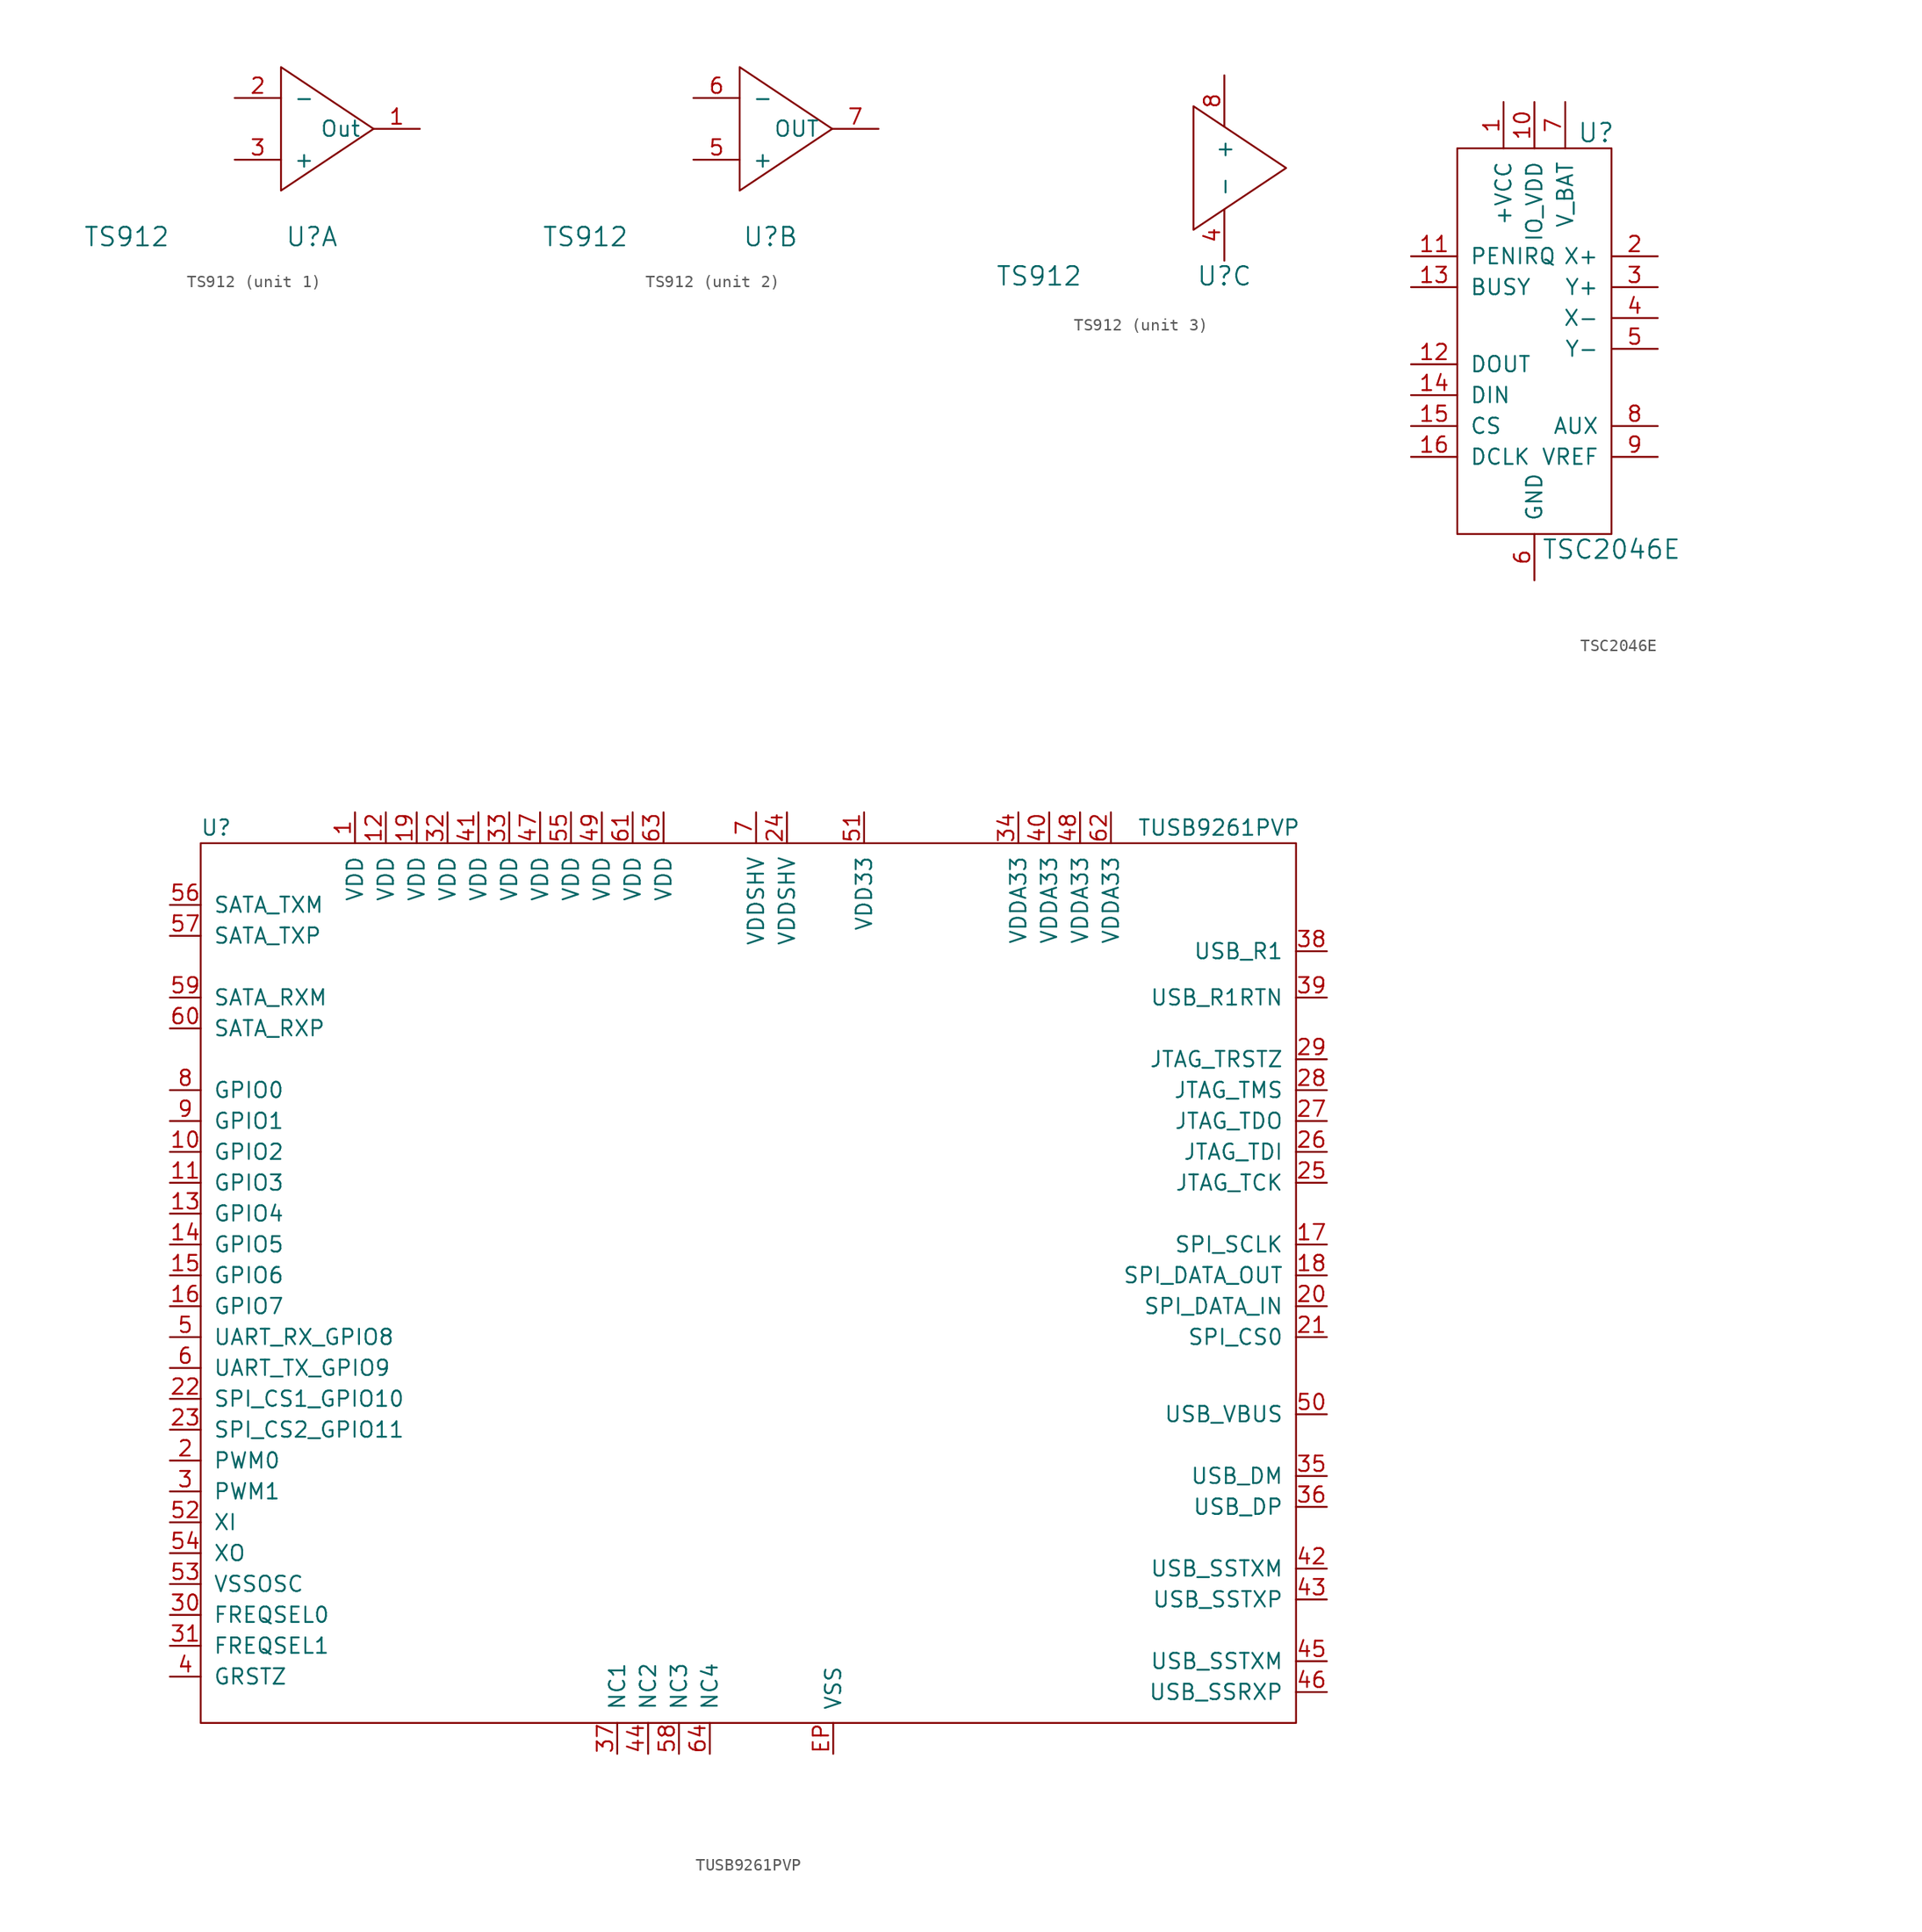
<source format=kicad_sym>
(kicad_symbol_lib
  (version 20211014)
  (generator kicad_symbol_editor)
  (symbol "TS912"
    (pin_names
      (offset 1.016))
    (property "Reference" "U"
      (at 0 -8.89 0)
      (effects (font (size 1.524 1.524))))
    (property "Value" "TS912"
      (at -15.24 -8.89 0)
      (effects (font (size 1.524 1.524))))
    (property "Footprint" ""
      (at 0 0 0)
      (effects (font (size 1.524 1.524))))
    (property "Datasheet" ""
      (at 0 0 0)
      (effects (font (size 1.524 1.524))))
    (symbol "TS912_0_1"
      (polyline (pts (xy -2.54 5.08) (xy -2.54 -5.08) (xy 5.08 0) (xy -2.54 5.08) (xy -2.54 5.08)) (stroke (width 0) (type default) (color 0 0 0 0)) (fill (type none))))
    (symbol "TS912_1_1"
      (pin passive line (at 8.89 0 180) (length 3.81) (name "Out" (effects (font (size 1.27 1.27)))) (number "1" (effects (font (size 1.27 1.27)))))
      (pin passive line (at -6.35 2.54 0) (length 3.81) (name "-" (effects (font (size 1.27 1.27)))) (number "2" (effects (font (size 1.27 1.27)))))
      (pin passive line (at -6.35 -2.54 0) (length 3.81) (name "+" (effects (font (size 1.27 1.27)))) (number "3" (effects (font (size 1.27 1.27))))))
    (symbol "TS912_2_1"
      (pin passive line (at -6.35 -2.54 0) (length 3.81) (name "+" (effects (font (size 1.27 1.27)))) (number "5" (effects (font (size 1.27 1.27)))))
      (pin passive line (at -6.35 2.54 0) (length 3.81) (name "-" (effects (font (size 1.27 1.27)))) (number "6" (effects (font (size 1.27 1.27)))))
      (pin passive line (at 8.89 0 180) (length 3.81) (name "OUT" (effects (font (size 1.27 1.27)))) (number "7" (effects (font (size 1.27 1.27))))))
    (symbol "TS912_3_1"
      (pin passive line (at 0 -7.62 90) (length 4.191) (name "-" (effects (font (size 1.27 1.27)))) (number "4" (effects (font (size 1.27 1.27)))))
      (pin passive line (at 0 7.62 270) (length 4.191) (name "+" (effects (font (size 1.27 1.27)))) (number "8" (effects (font (size 1.27 1.27)))))))
  (symbol "TSC2046E"
    (pin_names
      (offset 1.016))
    (property "Reference" "U"
      (at 5.08 21.59 0)
      (effects (font (size 1.524 1.524))))
    (property "Value" "TSC2046E"
      (at 6.35 -12.7 0)
      (effects (font (size 1.524 1.524))))
    (property "Footprint" ""
      (at 24.13 22.86 0)
      (effects (font (size 1.524 1.524))))
    (property "Datasheet" ""
      (at 24.13 22.86 0)
      (effects (font (size 1.524 1.524))))
    (symbol "TSC2046E_0_1"
      (rectangle (start -6.35 20.32) (end 6.35 -11.43) (stroke (width 0) (type default) (color 0 0 0 0)) (fill (type none))))
    (symbol "TSC2046E_1_1"
      (pin passive line (at -2.54 24.13 270) (length 3.81) (name "+VCC" (effects (font (size 1.27 1.27)))) (number "1" (effects (font (size 1.27 1.27)))))
      (pin passive line (at 0 24.13 270) (length 3.81) (name "IO_VDD" (effects (font (size 1.27 1.27)))) (number "10" (effects (font (size 1.27 1.27)))))
      (pin passive line (at -10.16 11.43 0) (length 3.81) (name "PENIRQ" (effects (font (size 1.27 1.27)))) (number "11" (effects (font (size 1.27 1.27)))))
      (pin passive line (at -10.16 2.54 0) (length 3.81) (name "DOUT" (effects (font (size 1.27 1.27)))) (number "12" (effects (font (size 1.27 1.27)))))
      (pin passive line (at -10.16 8.89 0) (length 3.81) (name "BUSY" (effects (font (size 1.27 1.27)))) (number "13" (effects (font (size 1.27 1.27)))))
      (pin passive line (at -10.16 0 0) (length 3.81) (name "DIN" (effects (font (size 1.27 1.27)))) (number "14" (effects (font (size 1.27 1.27)))))
      (pin passive line (at -10.16 -2.54 0) (length 3.81) (name "CS" (effects (font (size 1.27 1.27)))) (number "15" (effects (font (size 1.27 1.27)))))
      (pin passive line (at -10.16 -5.08 0) (length 3.81) (name "DCLK" (effects (font (size 1.27 1.27)))) (number "16" (effects (font (size 1.27 1.27)))))
      (pin passive line (at 10.16 11.43 180) (length 3.81) (name "X+" (effects (font (size 1.27 1.27)))) (number "2" (effects (font (size 1.27 1.27)))))
      (pin passive line (at 10.16 8.89 180) (length 3.81) (name "Y+" (effects (font (size 1.27 1.27)))) (number "3" (effects (font (size 1.27 1.27)))))
      (pin passive line (at 10.16 6.35 180) (length 3.81) (name "X-" (effects (font (size 1.27 1.27)))) (number "4" (effects (font (size 1.27 1.27)))))
      (pin passive line (at 10.16 3.81 180) (length 3.81) (name "Y-" (effects (font (size 1.27 1.27)))) (number "5" (effects (font (size 1.27 1.27)))))
      (pin passive line (at 0 -15.24 90) (length 3.81) (name "GND" (effects (font (size 1.27 1.27)))) (number "6" (effects (font (size 1.27 1.27)))))
      (pin passive line (at 2.54 24.13 270) (length 3.81) (name "V_BAT" (effects (font (size 1.27 1.27)))) (number "7" (effects (font (size 1.27 1.27)))))
      (pin passive line (at 10.16 -2.54 180) (length 3.81) (name "AUX" (effects (font (size 1.27 1.27)))) (number "8" (effects (font (size 1.27 1.27)))))
      (pin passive line (at 10.16 -5.08 180) (length 3.81) (name "VREF" (effects (font (size 1.27 1.27)))) (number "9" (effects (font (size 1.27 1.27)))))))
  (symbol "TUSB9261PVP"
    (pin_names
      (offset 1.016))
    (property "Reference" "U"
      (at -43.18 36.83 0)
      (effects (font (size 1.27 1.27))))
    (property "Value" "TUSB9261PVP"
      (at 39.37 36.83 0)
      (effects (font (size 1.27 1.27))))
    (symbol "TUSB9261PVP_0_1"
      (rectangle (start -44.45 35.56) (end 45.72 -36.83) (stroke (width 0) (type default) (color 0 0 0 0)) (fill (type none))))
    (symbol "TUSB9261PVP_1_1"
      (pin passive line (at -31.75 38.1 270) (length 2.54) (name "VDD" (effects (font (size 1.27 1.27)))) (number "1" (effects (font (size 1.27 1.27)))))
      (pin passive line (at -46.99 10.16 0) (length 2.54) (name "GPIO2" (effects (font (size 1.27 1.27)))) (number "10" (effects (font (size 1.27 1.27)))))
      (pin passive line (at -46.99 7.62 0) (length 2.54) (name "GPIO3" (effects (font (size 1.27 1.27)))) (number "11" (effects (font (size 1.27 1.27)))))
      (pin passive line (at -29.21 38.1 270) (length 2.54) (name "VDD" (effects (font (size 1.27 1.27)))) (number "12" (effects (font (size 1.27 1.27)))))
      (pin passive line (at -46.99 5.08 0) (length 2.54) (name "GPIO4" (effects (font (size 1.27 1.27)))) (number "13" (effects (font (size 1.27 1.27)))))
      (pin passive line (at -46.99 2.54 0) (length 2.54) (name "GPIO5" (effects (font (size 1.27 1.27)))) (number "14" (effects (font (size 1.27 1.27)))))
      (pin passive line (at -46.99 0 0) (length 2.54) (name "GPIO6" (effects (font (size 1.27 1.27)))) (number "15" (effects (font (size 1.27 1.27)))))
      (pin passive line (at -46.99 -2.54 0) (length 2.54) (name "GPIO7" (effects (font (size 1.27 1.27)))) (number "16" (effects (font (size 1.27 1.27)))))
      (pin passive line (at 48.26 2.54 180) (length 2.54) (name "SPI_SCLK" (effects (font (size 1.27 1.27)))) (number "17" (effects (font (size 1.27 1.27)))))
      (pin passive line (at 48.26 0 180) (length 2.54) (name "SPI_DATA_OUT" (effects (font (size 1.27 1.27)))) (number "18" (effects (font (size 1.27 1.27)))))
      (pin passive line (at -26.67 38.1 270) (length 2.54) (name "VDD" (effects (font (size 1.27 1.27)))) (number "19" (effects (font (size 1.27 1.27)))))
      (pin passive line (at -46.99 -15.24 0) (length 2.54) (name "PWM0" (effects (font (size 1.27 1.27)))) (number "2" (effects (font (size 1.27 1.27)))))
      (pin passive line (at 48.26 -2.54 180) (length 2.54) (name "SPI_DATA_IN" (effects (font (size 1.27 1.27)))) (number "20" (effects (font (size 1.27 1.27)))))
      (pin passive line (at 48.26 -5.08 180) (length 2.54) (name "SPI_CS0" (effects (font (size 1.27 1.27)))) (number "21" (effects (font (size 1.27 1.27)))))
      (pin passive line (at -46.99 -10.16 0) (length 2.54) (name "SPI_CS1_GPIO10" (effects (font (size 1.27 1.27)))) (number "22" (effects (font (size 1.27 1.27)))))
      (pin passive line (at -46.99 -12.7 0) (length 2.54) (name "SPI_CS2_GPIO11" (effects (font (size 1.27 1.27)))) (number "23" (effects (font (size 1.27 1.27)))))
      (pin passive line (at 3.81 38.1 270) (length 2.54) (name "VDDSHV" (effects (font (size 1.27 1.27)))) (number "24" (effects (font (size 1.27 1.27)))))
      (pin passive line (at 48.26 7.62 180) (length 2.54) (name "JTAG_TCK" (effects (font (size 1.27 1.27)))) (number "25" (effects (font (size 1.27 1.27)))))
      (pin passive line (at 48.26 10.16 180) (length 2.54) (name "JTAG_TDI" (effects (font (size 1.27 1.27)))) (number "26" (effects (font (size 1.27 1.27)))))
      (pin passive line (at 48.26 12.7 180) (length 2.54) (name "JTAG_TDO" (effects (font (size 1.27 1.27)))) (number "27" (effects (font (size 1.27 1.27)))))
      (pin passive line (at 48.26 15.24 180) (length 2.54) (name "JTAG_TMS" (effects (font (size 1.27 1.27)))) (number "28" (effects (font (size 1.27 1.27)))))
      (pin passive line (at 48.26 17.78 180) (length 2.54) (name "JTAG_TRSTZ" (effects (font (size 1.27 1.27)))) (number "29" (effects (font (size 1.27 1.27)))))
      (pin passive line (at -46.99 -17.78 0) (length 2.54) (name "PWM1" (effects (font (size 1.27 1.27)))) (number "3" (effects (font (size 1.27 1.27)))))
      (pin passive line (at -46.99 -27.94 0) (length 2.54) (name "FREQSEL0" (effects (font (size 1.27 1.27)))) (number "30" (effects (font (size 1.27 1.27)))))
      (pin passive line (at -46.99 -30.48 0) (length 2.54) (name "FREQSEL1" (effects (font (size 1.27 1.27)))) (number "31" (effects (font (size 1.27 1.27)))))
      (pin passive line (at -24.13 38.1 270) (length 2.54) (name "VDD" (effects (font (size 1.27 1.27)))) (number "32" (effects (font (size 1.27 1.27)))))
      (pin passive line (at -19.05 38.1 270) (length 2.54) (name "VDD" (effects (font (size 1.27 1.27)))) (number "33" (effects (font (size 1.27 1.27)))))
      (pin passive line (at 22.86 38.1 270) (length 2.54) (name "VDDA33" (effects (font (size 1.27 1.27)))) (number "34" (effects (font (size 1.27 1.27)))))
      (pin passive line (at 48.26 -16.51 180) (length 2.54) (name "USB_DM" (effects (font (size 1.27 1.27)))) (number "35" (effects (font (size 1.27 1.27)))))
      (pin passive line (at 48.26 -19.05 180) (length 2.54) (name "USB_DP" (effects (font (size 1.27 1.27)))) (number "36" (effects (font (size 1.27 1.27)))))
      (pin passive line (at -10.16 -39.37 90) (length 2.54) (name "NC1" (effects (font (size 1.27 1.27)))) (number "37" (effects (font (size 1.27 1.27)))))
      (pin passive line (at 48.26 26.67 180) (length 2.54) (name "USB_R1" (effects (font (size 1.27 1.27)))) (number "38" (effects (font (size 1.27 1.27)))))
      (pin passive line (at 48.26 22.86 180) (length 2.54) (name "USB_R1RTN" (effects (font (size 1.27 1.27)))) (number "39" (effects (font (size 1.27 1.27)))))
      (pin passive line (at -46.99 -33.02 0) (length 2.54) (name "GRSTZ" (effects (font (size 1.27 1.27)))) (number "4" (effects (font (size 1.27 1.27)))))
      (pin passive line (at 25.4 38.1 270) (length 2.54) (name "VDDA33" (effects (font (size 1.27 1.27)))) (number "40" (effects (font (size 1.27 1.27)))))
      (pin passive line (at -21.59 38.1 270) (length 2.54) (name "VDD" (effects (font (size 1.27 1.27)))) (number "41" (effects (font (size 1.27 1.27)))))
      (pin passive line (at 48.26 -24.13 180) (length 2.54) (name "USB_SSTXM" (effects (font (size 1.27 1.27)))) (number "42" (effects (font (size 1.27 1.27)))))
      (pin passive line (at 48.26 -26.67 180) (length 2.54) (name "USB_SSTXP" (effects (font (size 1.27 1.27)))) (number "43" (effects (font (size 1.27 1.27)))))
      (pin passive line (at -7.62 -39.37 90) (length 2.54) (name "NC2" (effects (font (size 1.27 1.27)))) (number "44" (effects (font (size 1.27 1.27)))))
      (pin passive line (at 48.26 -31.75 180) (length 2.54) (name "USB_SSTXM" (effects (font (size 1.27 1.27)))) (number "45" (effects (font (size 1.27 1.27)))))
      (pin passive line (at 48.26 -34.29 180) (length 2.54) (name "USB_SSRXP" (effects (font (size 1.27 1.27)))) (number "46" (effects (font (size 1.27 1.27)))))
      (pin passive line (at -16.51 38.1 270) (length 2.54) (name "VDD" (effects (font (size 1.27 1.27)))) (number "47" (effects (font (size 1.27 1.27)))))
      (pin passive line (at 27.94 38.1 270) (length 2.54) (name "VDDA33" (effects (font (size 1.27 1.27)))) (number "48" (effects (font (size 1.27 1.27)))))
      (pin passive line (at -11.43 38.1 270) (length 2.54) (name "VDD" (effects (font (size 1.27 1.27)))) (number "49" (effects (font (size 1.27 1.27)))))
      (pin passive line (at -46.99 -5.08 0) (length 2.54) (name "UART_RX_GPIO8" (effects (font (size 1.27 1.27)))) (number "5" (effects (font (size 1.27 1.27)))))
      (pin passive line (at 48.26 -11.43 180) (length 2.54) (name "USB_VBUS" (effects (font (size 1.27 1.27)))) (number "50" (effects (font (size 1.27 1.27)))))
      (pin passive line (at 10.16 38.1 270) (length 2.54) (name "VDD33" (effects (font (size 1.27 1.27)))) (number "51" (effects (font (size 1.27 1.27)))))
      (pin passive line (at -46.99 -20.32 0) (length 2.54) (name "XI" (effects (font (size 1.27 1.27)))) (number "52" (effects (font (size 1.27 1.27)))))
      (pin passive line (at -46.99 -25.4 0) (length 2.54) (name "VSSOSC" (effects (font (size 1.27 1.27)))) (number "53" (effects (font (size 1.27 1.27)))))
      (pin passive line (at -46.99 -22.86 0) (length 2.54) (name "XO" (effects (font (size 1.27 1.27)))) (number "54" (effects (font (size 1.27 1.27)))))
      (pin passive line (at -13.97 38.1 270) (length 2.54) (name "VDD" (effects (font (size 1.27 1.27)))) (number "55" (effects (font (size 1.27 1.27)))))
      (pin passive line (at -46.99 30.48 0) (length 2.54) (name "SATA_TXM" (effects (font (size 1.27 1.27)))) (number "56" (effects (font (size 1.27 1.27)))))
      (pin passive line (at -46.99 27.94 0) (length 2.54) (name "SATA_TXP" (effects (font (size 1.27 1.27)))) (number "57" (effects (font (size 1.27 1.27)))))
      (pin passive line (at -5.08 -39.37 90) (length 2.54) (name "NC3" (effects (font (size 1.27 1.27)))) (number "58" (effects (font (size 1.27 1.27)))))
      (pin passive line (at -46.99 22.86 0) (length 2.54) (name "SATA_RXM" (effects (font (size 1.27 1.27)))) (number "59" (effects (font (size 1.27 1.27)))))
      (pin passive line (at -46.99 -7.62 0) (length 2.54) (name "UART_TX_GPIO9" (effects (font (size 1.27 1.27)))) (number "6" (effects (font (size 1.27 1.27)))))
      (pin passive line (at -46.99 20.32 0) (length 2.54) (name "SATA_RXP" (effects (font (size 1.27 1.27)))) (number "60" (effects (font (size 1.27 1.27)))))
      (pin passive line (at -8.89 38.1 270) (length 2.54) (name "VDD" (effects (font (size 1.27 1.27)))) (number "61" (effects (font (size 1.27 1.27)))))
      (pin passive line (at 30.48 38.1 270) (length 2.54) (name "VDDA33" (effects (font (size 1.27 1.27)))) (number "62" (effects (font (size 1.27 1.27)))))
      (pin passive line (at -6.35 38.1 270) (length 2.54) (name "VDD" (effects (font (size 1.27 1.27)))) (number "63" (effects (font (size 1.27 1.27)))))
      (pin passive line (at -2.54 -39.37 90) (length 2.54) (name "NC4" (effects (font (size 1.27 1.27)))) (number "64" (effects (font (size 1.27 1.27)))))
      (pin passive line (at 1.27 38.1 270) (length 2.54) (name "VDDSHV" (effects (font (size 1.27 1.27)))) (number "7" (effects (font (size 1.27 1.27)))))
      (pin passive line (at -46.99 15.24 0) (length 2.54) (name "GPIO0" (effects (font (size 1.27 1.27)))) (number "8" (effects (font (size 1.27 1.27)))))
      (pin passive line (at -46.99 12.7 0) (length 2.54) (name "GPIO1" (effects (font (size 1.27 1.27)))) (number "9" (effects (font (size 1.27 1.27)))))
      (pin passive line (at 7.62 -39.37 90) (length 2.54) (name "VSS" (effects (font (size 1.27 1.27)))) (number "EP" (effects (font (size 1.27 1.27))))))))
</source>
